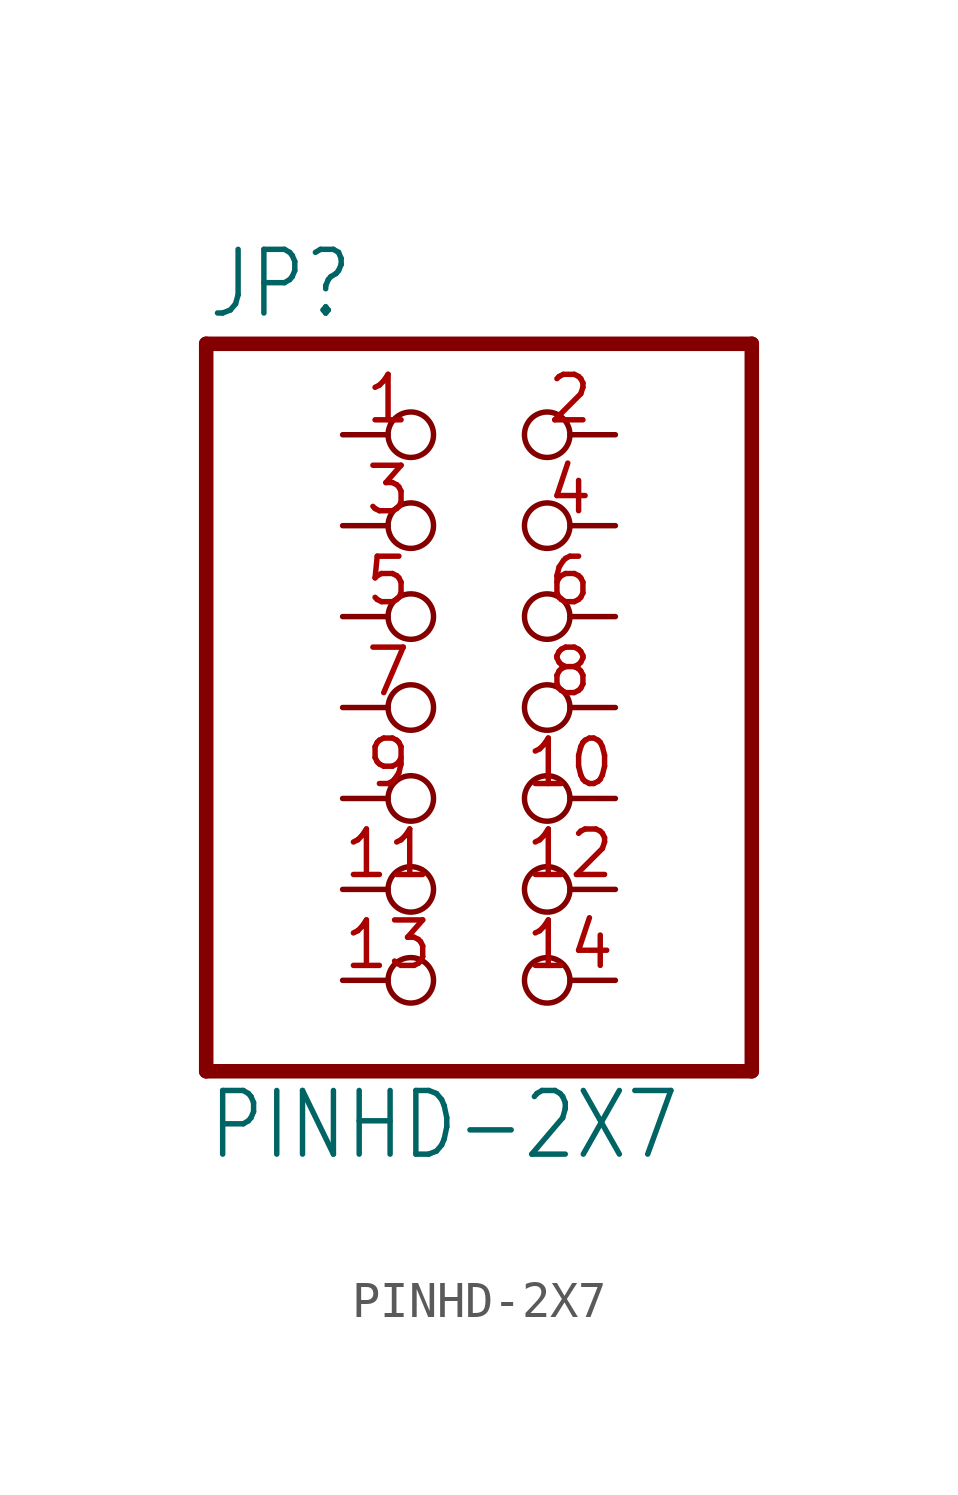
<source format=kicad_sym>
(kicad_symbol_lib
  (version 20211014)
  (generator kicad_symbol_editor)
  (symbol "PINHD-2X7"
    (property "Reference" "JP"
      (at -6.35 10.795 0)
      (effects (font (size 1.778 1.511)) (justify left bottom)))
    (property "Value" "PINHD-2X7"
      (at -6.35 -12.7 0)
      (effects (font (size 1.778 1.511)) (justify left bottom)))
    (property "ki_locked" ""
      (at 0 0 0)
      (effects (font (size 1.27 1.27))))
    (symbol "PINHD-2X7_1_0"
      (polyline (pts (xy -6.35 -10.16) (xy 8.89 -10.16)) (stroke (width 0.406) (type default) (color 0 0 0 0)) (fill (type none)))
      (polyline (pts (xy -6.35 10.16) (xy -6.35 -10.16)) (stroke (width 0.406) (type default) (color 0 0 0 0)) (fill (type none)))
      (polyline (pts (xy 8.89 -10.16) (xy 8.89 10.16)) (stroke (width 0.406) (type default) (color 0 0 0 0)) (fill (type none)))
      (polyline (pts (xy 8.89 10.16) (xy -6.35 10.16)) (stroke (width 0.406) (type default) (color 0 0 0 0)) (fill (type none)))
      (pin passive inverted (at -2.54 7.62 0) (length 2.54) (name "1" (effects (font (size 0 0)))) (number "1" (effects (font (size 1.27 1.27)))))
      (pin passive inverted (at 5.08 -2.54 180) (length 2.54) (name "10" (effects (font (size 0 0)))) (number "10" (effects (font (size 1.27 1.27)))))
      (pin passive inverted (at -2.54 -5.08 0) (length 2.54) (name "11" (effects (font (size 0 0)))) (number "11" (effects (font (size 1.27 1.27)))))
      (pin passive inverted (at 5.08 -5.08 180) (length 2.54) (name "12" (effects (font (size 0 0)))) (number "12" (effects (font (size 1.27 1.27)))))
      (pin passive inverted (at -2.54 -7.62 0) (length 2.54) (name "13" (effects (font (size 0 0)))) (number "13" (effects (font (size 1.27 1.27)))))
      (pin passive inverted (at 5.08 -7.62 180) (length 2.54) (name "14" (effects (font (size 0 0)))) (number "14" (effects (font (size 1.27 1.27)))))
      (pin passive inverted (at 5.08 7.62 180) (length 2.54) (name "2" (effects (font (size 0 0)))) (number "2" (effects (font (size 1.27 1.27)))))
      (pin passive inverted (at -2.54 5.08 0) (length 2.54) (name "3" (effects (font (size 0 0)))) (number "3" (effects (font (size 1.27 1.27)))))
      (pin passive inverted (at 5.08 5.08 180) (length 2.54) (name "4" (effects (font (size 0 0)))) (number "4" (effects (font (size 1.27 1.27)))))
      (pin passive inverted (at -2.54 2.54 0) (length 2.54) (name "5" (effects (font (size 0 0)))) (number "5" (effects (font (size 1.27 1.27)))))
      (pin passive inverted (at 5.08 2.54 180) (length 2.54) (name "6" (effects (font (size 0 0)))) (number "6" (effects (font (size 1.27 1.27)))))
      (pin passive inverted (at -2.54 0 0) (length 2.54) (name "7" (effects (font (size 0 0)))) (number "7" (effects (font (size 1.27 1.27)))))
      (pin passive inverted (at 5.08 0 180) (length 2.54) (name "8" (effects (font (size 0 0)))) (number "8" (effects (font (size 1.27 1.27)))))
      (pin passive inverted (at -2.54 -2.54 0) (length 2.54) (name "9" (effects (font (size 0 0)))) (number "9" (effects (font (size 1.27 1.27))))))))
</source>
